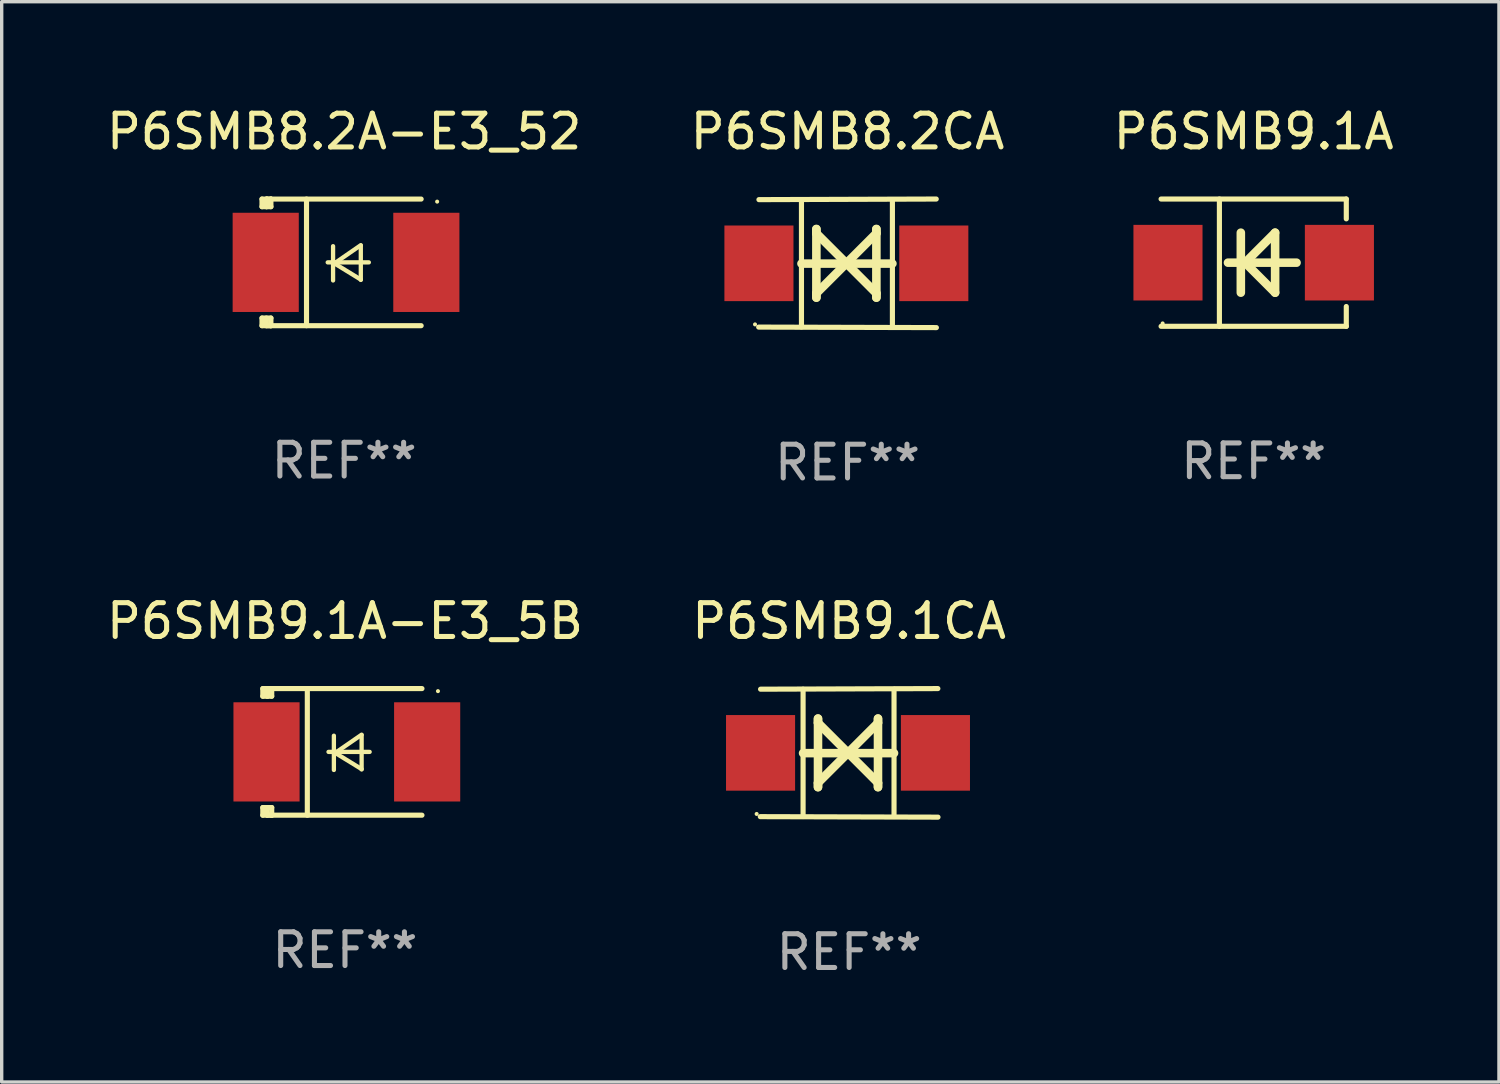
<source format=kicad_pcb>
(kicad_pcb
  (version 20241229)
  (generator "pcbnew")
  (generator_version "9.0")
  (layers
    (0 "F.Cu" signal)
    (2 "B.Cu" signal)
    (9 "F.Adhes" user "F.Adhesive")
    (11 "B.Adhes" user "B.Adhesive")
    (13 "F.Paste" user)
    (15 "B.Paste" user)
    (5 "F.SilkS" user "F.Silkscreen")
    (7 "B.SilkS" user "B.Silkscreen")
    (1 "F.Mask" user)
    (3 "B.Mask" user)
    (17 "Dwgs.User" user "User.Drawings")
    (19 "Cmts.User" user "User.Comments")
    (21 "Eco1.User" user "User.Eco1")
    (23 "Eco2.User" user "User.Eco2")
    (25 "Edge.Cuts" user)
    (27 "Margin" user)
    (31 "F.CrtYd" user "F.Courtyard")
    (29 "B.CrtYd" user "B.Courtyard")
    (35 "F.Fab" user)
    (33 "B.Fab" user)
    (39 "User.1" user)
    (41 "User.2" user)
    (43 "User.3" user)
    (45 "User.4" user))
  (footprint "P6SMB8.2CA"
    (layer "F.Cu")
    (at 22.065 4.753)
    (property "Reference" "P6SMB8.2CA" (at 0 -3.905 0) (layer "F.SilkS") (effects (font (size 1 1) (thickness 0.15))))
    (attr through_hole)
    (fp_line (start -1.365 1.886) (end -1.365 -1.886) (stroke (width 0.152) (type solid)) (layer "F.SilkS"))
    (fp_line (start -1.365 0.008) (end 1.33 0.008) (stroke (width 0.254) (type solid)) (layer "F.SilkS"))
    (fp_line (start -0.923 -1.016) (end -0.923 1.016) (stroke (width 0.254) (type solid)) (layer "F.SilkS"))
    (fp_line (start -0.923 -0.889) (end -0.923 -1.016) (stroke (width 0.254) (type solid)) (layer "F.SilkS"))
    (fp_line (start -0.923 0.889) (end -0.034 0) (stroke (width 0.254) (type solid)) (layer "F.SilkS"))
    (fp_line (start -0.923 1.016) (end -0.923 0.889) (stroke (width 0.254) (type solid)) (layer "F.SilkS"))
    (fp_line (start -0.034 0) (end -0.923 -0.889) (stroke (width 0.254) (type solid)) (layer "F.SilkS"))
    (fp_line (start -0.034 0) (end 0.855 0.889) (stroke (width 0.254) (type solid)) (layer "F.SilkS"))
    (fp_line (start 0.855 -1.016) (end 0.855 -0.889) (stroke (width 0.254) (type solid)) (layer "F.SilkS"))
    (fp_line (start 0.855 -0.889) (end -0.034 0) (stroke (width 0.254) (type solid)) (layer "F.SilkS"))
    (fp_line (start 0.855 0.889) (end 0.855 1.016) (stroke (width 0.254) (type solid)) (layer "F.SilkS"))
    (fp_line (start 0.855 1.016) (end 0.855 -1.016) (stroke (width 0.254) (type solid)) (layer "F.SilkS"))
    (fp_line (start 1.33 1.886) (end 1.33 -1.886) (stroke (width 0.152) (type solid)) (layer "F.SilkS"))
    (fp_line (start 2.629 -1.905) (end -2.625 -1.887) (stroke (width 0.152) (type solid)) (layer "F.SilkS"))
    (fp_line (start 2.633 1.905) (end -2.633 1.89) (stroke (width 0.152) (type solid)) (layer "F.SilkS"))
    (fp_circle (center -2.741 1.81) (end -2.711 1.81) (stroke (width 0.06) (type solid)) (fill no) (layer "F.SilkS"))
    (fp_text user "REF**" (at 0 5.905 0) (layer "F.Fab") (effects (font (size 1 1) (thickness 0.15))))
    (pad "1" smd rect (at -2.625 0) (size 2.047 2.241) (layers "F.Cu" "F.Mask" "F.Paste"))
    (pad "2" smd rect (at 2.557 0) (size 2.047 2.241) (layers "F.Cu" "F.Mask" "F.Paste")))
  (footprint "P6SMB9.1A-E3_5B"
    (layer "F.Cu")
    (at 7.173 19.231)
    (property "Reference" "P6SMB9.1A-E3_5B" (at 0 -3.876 0) (layer "F.SilkS") (effects (font (size 1 1) (thickness 0.15))))
    (attr through_hole)
    (fp_line (start -2.435 1.65) (end -2.171 1.65) (stroke (width 0.152) (type solid)) (layer "F.SilkS"))
    (fp_line (start -2.435 1.876) (end -2.435 1.65) (stroke (width 0.152) (type solid)) (layer "F.SilkS"))
    (fp_line (start -2.435 -1.876) (end -2.171 -1.876) (stroke (width 0.152) (type solid)) (layer "F.SilkS"))
    (fp_line (start -2.435 -1.65) (end -2.435 -1.876) (stroke (width 0.152) (type solid)) (layer "F.SilkS"))
    (fp_line (start -2.305 -1.866) (end -2.295 -1.876) (stroke (width 0.152) (type solid)) (layer "F.SilkS"))
    (fp_line (start -2.305 -1.65) (end -2.305 -1.866) (stroke (width 0.152) (type solid)) (layer "F.SilkS"))
    (fp_line (start -2.305 1.876) (end -2.305 1.65) (stroke (width 0.152) (type solid)) (layer "F.SilkS"))
    (fp_line (start -2.295 -1.876) (end -2.295 -1.65) (stroke (width 0.152) (type solid)) (layer "F.SilkS"))
    (fp_line (start -2.171 1.876) (end -2.435 1.876) (stroke (width 0.152) (type solid)) (layer "F.SilkS"))
    (fp_line (start -2.171 -1.65) (end -2.435 -1.65) (stroke (width 0.152) (type solid)) (layer "F.SilkS"))
    (fp_line (start -2.171 -1.876) (end -2.295 -1.876) (stroke (width 0.152) (type solid)) (layer "F.SilkS"))
    (fp_line (start -2.171 -1.65) (end -2.171 -1.876) (stroke (width 0.152) (type solid)) (layer "F.SilkS"))
    (fp_line (start -2.171 1.876) (end -2.305 1.876) (stroke (width 0.152) (type solid)) (layer "F.SilkS"))
    (fp_line (start -2.171 1.876) (end -2.171 1.65) (stroke (width 0.152) (type solid)) (layer "F.SilkS"))
    (fp_line (start -1.116 1.876) (end -1.116 -1.876) (stroke (width 0.152) (type solid)) (layer "F.SilkS"))
    (fp_line (start -0.488 0.000102) (end 0.731 0.000102) (stroke (width 0.127) (type solid)) (layer "F.SilkS"))
    (fp_line (start -0.329 -0.48) (end -0.329 0.536) (stroke (width 0.127) (type solid)) (layer "F.SilkS"))
    (fp_line (start -0.29 0.03) (end 0.493 0.51) (stroke (width 0.127) (type solid)) (layer "F.SilkS"))
    (fp_line (start 0.493 -0.51) (end -0.29 0.03) (stroke (width 0.127) (type solid)) (layer "F.SilkS"))
    (fp_line (start 0.493 0.52) (end 0.493 -0.496) (stroke (width 0.127) (type solid)) (layer "F.SilkS"))
    (fp_line (start 2.281 -1.876) (end -2.171 -1.876) (stroke (width 0.152) (type solid)) (layer "F.SilkS"))
    (fp_line (start 2.281 1.876) (end -2.171 1.876) (stroke (width 0.152) (type solid)) (layer "F.SilkS"))
    (fp_circle (center 2.755 -1.8) (end 2.785 -1.8) (stroke (width 0.06) (type solid)) (fill no) (layer "F.SilkS"))
    (fp_text user "REF**" (at 0 5.876 0) (layer "F.Fab") (effects (font (size 1 1) (thickness 0.15))))
    (pad "1" smd rect (at 2.435 -0.000025 180) (size 1.96 2.94) (layers "F.Cu" "F.Mask" "F.Paste"))
    (pad "2" smd rect (at -2.325 -0.000025 180) (size 1.96 2.94) (layers "F.Cu" "F.Mask" "F.Paste")))
  (footprint "P6SMB9.1CA"
    (layer "F.Cu")
    (at 22.113 19.26)
    (property "Reference" "P6SMB9.1CA" (at 0 -3.905 0) (layer "F.SilkS") (effects (font (size 1 1) (thickness 0.15))))
    (attr through_hole)
    (fp_line (start -1.365 1.886) (end -1.365 -1.886) (stroke (width 0.152) (type solid)) (layer "F.SilkS"))
    (fp_line (start -1.365 0.008) (end 1.33 0.008) (stroke (width 0.254) (type solid)) (layer "F.SilkS"))
    (fp_line (start -0.923 -1.016) (end -0.923 1.016) (stroke (width 0.254) (type solid)) (layer "F.SilkS"))
    (fp_line (start -0.923 -0.889) (end -0.923 -1.016) (stroke (width 0.254) (type solid)) (layer "F.SilkS"))
    (fp_line (start -0.923 0.889) (end -0.034 0) (stroke (width 0.254) (type solid)) (layer "F.SilkS"))
    (fp_line (start -0.923 1.016) (end -0.923 0.889) (stroke (width 0.254) (type solid)) (layer "F.SilkS"))
    (fp_line (start -0.034 0) (end -0.923 -0.889) (stroke (width 0.254) (type solid)) (layer "F.SilkS"))
    (fp_line (start -0.034 0) (end 0.855 0.889) (stroke (width 0.254) (type solid)) (layer "F.SilkS"))
    (fp_line (start 0.855 -1.016) (end 0.855 -0.889) (stroke (width 0.254) (type solid)) (layer "F.SilkS"))
    (fp_line (start 0.855 -0.889) (end -0.034 0) (stroke (width 0.254) (type solid)) (layer "F.SilkS"))
    (fp_line (start 0.855 0.889) (end 0.855 1.016) (stroke (width 0.254) (type solid)) (layer "F.SilkS"))
    (fp_line (start 0.855 1.016) (end 0.855 -1.016) (stroke (width 0.254) (type solid)) (layer "F.SilkS"))
    (fp_line (start 1.33 1.886) (end 1.33 -1.886) (stroke (width 0.152) (type solid)) (layer "F.SilkS"))
    (fp_line (start 2.629 -1.905) (end -2.625 -1.887) (stroke (width 0.152) (type solid)) (layer "F.SilkS"))
    (fp_line (start 2.633 1.905) (end -2.633 1.89) (stroke (width 0.152) (type solid)) (layer "F.SilkS"))
    (fp_circle (center -2.741 1.81) (end -2.711 1.81) (stroke (width 0.06) (type solid)) (fill no) (layer "F.SilkS"))
    (fp_text user "REF**" (at 0 5.905 0) (layer "F.Fab") (effects (font (size 1 1) (thickness 0.15))))
    (pad "1" smd rect (at -2.625 0) (size 2.047 2.241) (layers "F.Cu" "F.Mask" "F.Paste"))
    (pad "2" smd rect (at 2.557 0) (size 2.047 2.241) (layers "F.Cu" "F.Mask" "F.Paste")))
  (footprint "P6SMB9.1A"
    (layer "F.Cu")
    (at 34.101 4.734)
    (property "Reference" "P6SMB9.1A" (at 0 -3.886 0) (layer "F.SilkS") (effects (font (size 1 1) (thickness 0.15))))
    (attr through_hole)
    (fp_line (start -2.744 -1.886) (end 2.744 -1.886) (stroke (width 0.152) (type solid)) (layer "F.SilkS"))
    (fp_line (start -2.744 1.886) (end 2.744 1.886) (stroke (width 0.152) (type solid)) (layer "F.SilkS"))
    (fp_line (start -1.016 -1.886) (end -1.016 1.886) (stroke (width 0.152) (type solid)) (layer "F.SilkS"))
    (fp_line (start -0.381 -0.889) (end -0.381 0.889) (stroke (width 0.254) (type solid)) (layer "F.SilkS"))
    (fp_line (start -0.366 0) (end -0.254 0) (stroke (width 0.254) (type solid)) (layer "F.SilkS"))
    (fp_line (start -0.254 0) (end -0.328 0) (stroke (width 0.254) (type solid)) (layer "F.SilkS"))
    (fp_line (start -0.254 0) (end 0.635 -0.889) (stroke (width 0.254) (type solid)) (layer "F.SilkS"))
    (fp_line (start 0.635 -0.889) (end 0.635 0.889) (stroke (width 0.254) (type solid)) (layer "F.SilkS"))
    (fp_line (start 0.635 0.889) (end -0.254 0) (stroke (width 0.254) (type solid)) (layer "F.SilkS"))
    (fp_line (start 1.27 0) (end -0.762 0) (stroke (width 0.254) (type solid)) (layer "F.SilkS"))
    (fp_line (start 2.744 -1.886) (end 2.744 -1.299) (stroke (width 0.152) (type solid)) (layer "F.SilkS"))
    (fp_line (start 2.744 1.886) (end 2.744 1.299) (stroke (width 0.152) (type solid)) (layer "F.SilkS"))
    (fp_circle (center -2.698 1.8) (end -2.668 1.8) (stroke (width 0.06) (type solid)) (fill no) (layer "F.SilkS"))
    (fp_text user "REF**" (at 0 5.886 0) (layer "F.Fab") (effects (font (size 1 1) (thickness 0.15))))
    (pad "1" smd rect (at -2.54 0) (size 2.047 2.241) (layers "F.Cu" "F.Mask" "F.Paste"))
    (pad "2" smd rect (at 2.54 0) (size 2.047 2.241) (layers "F.Cu" "F.Mask" "F.Paste")))
  (footprint "P6SMB8.2A-E3_52"
    (layer "F.Cu")
    (at 7.149 4.725)
    (property "Reference" "P6SMB8.2A-E3_52" (at 0 -3.876 0) (layer "F.SilkS") (effects (font (size 1 1) (thickness 0.15))))
    (attr through_hole)
    (fp_line (start -2.435 1.65) (end -2.171 1.65) (stroke (width 0.152) (type solid)) (layer "F.SilkS"))
    (fp_line (start -2.435 1.876) (end -2.435 1.65) (stroke (width 0.152) (type solid)) (layer "F.SilkS"))
    (fp_line (start -2.435 -1.876) (end -2.171 -1.876) (stroke (width 0.152) (type solid)) (layer "F.SilkS"))
    (fp_line (start -2.435 -1.65) (end -2.435 -1.876) (stroke (width 0.152) (type solid)) (layer "F.SilkS"))
    (fp_line (start -2.305 -1.866) (end -2.295 -1.876) (stroke (width 0.152) (type solid)) (layer "F.SilkS"))
    (fp_line (start -2.305 -1.65) (end -2.305 -1.866) (stroke (width 0.152) (type solid)) (layer "F.SilkS"))
    (fp_line (start -2.305 1.876) (end -2.305 1.65) (stroke (width 0.152) (type solid)) (layer "F.SilkS"))
    (fp_line (start -2.295 -1.876) (end -2.295 -1.65) (stroke (width 0.152) (type solid)) (layer "F.SilkS"))
    (fp_line (start -2.171 1.876) (end -2.435 1.876) (stroke (width 0.152) (type solid)) (layer "F.SilkS"))
    (fp_line (start -2.171 -1.65) (end -2.435 -1.65) (stroke (width 0.152) (type solid)) (layer "F.SilkS"))
    (fp_line (start -2.171 -1.876) (end -2.295 -1.876) (stroke (width 0.152) (type solid)) (layer "F.SilkS"))
    (fp_line (start -2.171 -1.65) (end -2.171 -1.876) (stroke (width 0.152) (type solid)) (layer "F.SilkS"))
    (fp_line (start -2.171 1.876) (end -2.305 1.876) (stroke (width 0.152) (type solid)) (layer "F.SilkS"))
    (fp_line (start -2.171 1.876) (end -2.171 1.65) (stroke (width 0.152) (type solid)) (layer "F.SilkS"))
    (fp_line (start -1.116 1.876) (end -1.116 -1.876) (stroke (width 0.152) (type solid)) (layer "F.SilkS"))
    (fp_line (start -0.488 0.000102) (end 0.731 0.000102) (stroke (width 0.127) (type solid)) (layer "F.SilkS"))
    (fp_line (start -0.329 -0.48) (end -0.329 0.536) (stroke (width 0.127) (type solid)) (layer "F.SilkS"))
    (fp_line (start -0.29 0.03) (end 0.493 0.51) (stroke (width 0.127) (type solid)) (layer "F.SilkS"))
    (fp_line (start 0.493 -0.51) (end -0.29 0.03) (stroke (width 0.127) (type solid)) (layer "F.SilkS"))
    (fp_line (start 0.493 0.52) (end 0.493 -0.496) (stroke (width 0.127) (type solid)) (layer "F.SilkS"))
    (fp_line (start 2.281 -1.876) (end -2.171 -1.876) (stroke (width 0.152) (type solid)) (layer "F.SilkS"))
    (fp_line (start 2.281 1.876) (end -2.171 1.876) (stroke (width 0.152) (type solid)) (layer "F.SilkS"))
    (fp_circle (center 2.755 -1.8) (end 2.785 -1.8) (stroke (width 0.06) (type solid)) (fill no) (layer "F.SilkS"))
    (fp_text user "REF**" (at 0 5.876 0) (layer "F.Fab") (effects (font (size 1 1) (thickness 0.15))))
    (pad "1" smd rect (at 2.435 -0.000025 180) (size 1.96 2.94) (layers "F.Cu" "F.Mask" "F.Paste"))
    (pad "2" smd rect (at -2.325 -0.000025 180) (size 1.96 2.94) (layers "F.Cu" "F.Mask" "F.Paste")))
  (gr_rect
    (start -3 -3)
    (end 41.369 29.013)
    (stroke (width 0.1) (type default))
    (fill no)
    (layer "Edge.Cuts")))
</source>
